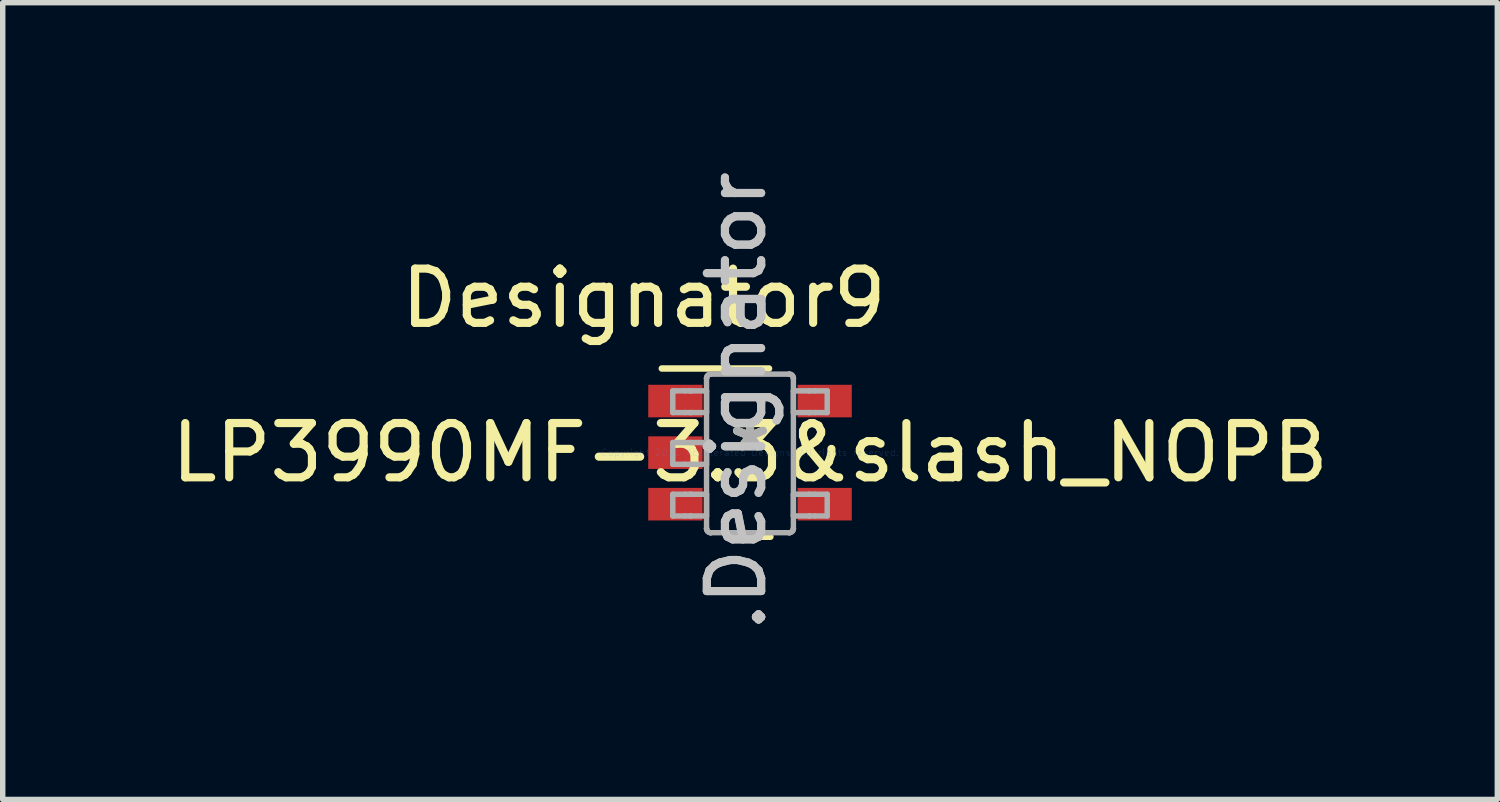
<source format=kicad_pcb>
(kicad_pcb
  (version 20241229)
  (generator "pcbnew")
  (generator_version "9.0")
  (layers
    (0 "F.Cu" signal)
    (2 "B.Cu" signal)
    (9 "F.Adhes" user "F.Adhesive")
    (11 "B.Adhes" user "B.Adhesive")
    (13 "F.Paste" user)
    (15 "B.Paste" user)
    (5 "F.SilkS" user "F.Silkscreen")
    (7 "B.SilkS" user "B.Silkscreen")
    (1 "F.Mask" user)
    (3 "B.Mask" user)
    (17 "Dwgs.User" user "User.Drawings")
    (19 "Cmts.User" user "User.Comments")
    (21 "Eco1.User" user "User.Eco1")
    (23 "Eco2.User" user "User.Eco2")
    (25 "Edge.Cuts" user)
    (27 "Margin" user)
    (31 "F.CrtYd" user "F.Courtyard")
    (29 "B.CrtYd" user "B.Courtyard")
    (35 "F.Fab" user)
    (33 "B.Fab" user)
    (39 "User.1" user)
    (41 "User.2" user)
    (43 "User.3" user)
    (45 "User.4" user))
  (footprint "LP3990MF-3.3&slash_NOPB"
    (layer "F.Cu")
    (at 10.768 5.289)
    (property "Reference" "LP3990MF-3.3&slash_NOPB" (at 0 0 0) (layer "F.SilkS") (effects (font (size 1 1) (thickness 0.15))))
    (attr through_hole)
    (fp_line (start -1.625 -1.55) (end 0.35 -1.55) (stroke (width 0.12) (type solid)) (layer "F.SilkS"))
    (fp_line (start -0.4 1.55) (end 0.375 1.55) (stroke (width 0.12) (type solid)) (layer "F.SilkS"))
    (fp_line (start -1.423 -1.138) (end -1.199 -1.138) (stroke (width 0.1) (type solid)) (layer "F.Fab"))
    (fp_line (start -1.423 -0.738) (end -1.423 -1.138) (stroke (width 0.1) (type solid)) (layer "F.Fab"))
    (fp_line (start -1.423 -0.738) (end -1.199 -0.738) (stroke (width 0.1) (type solid)) (layer "F.Fab"))
    (fp_line (start -1.423 -0.186) (end -1.199 -0.186) (stroke (width 0.1) (type solid)) (layer "F.Fab"))
    (fp_line (start -1.423 0.215) (end -1.423 -0.186) (stroke (width 0.1) (type solid)) (layer "F.Fab"))
    (fp_line (start -1.423 0.215) (end -1.199 0.215) (stroke (width 0.1) (type solid)) (layer "F.Fab"))
    (fp_line (start -1.423 0.767) (end -1.199 0.767) (stroke (width 0.1) (type solid)) (layer "F.Fab"))
    (fp_line (start -1.423 1.167) (end -1.423 0.767) (stroke (width 0.1) (type solid)) (layer "F.Fab"))
    (fp_line (start -1.423 1.167) (end -1.199 1.167) (stroke (width 0.1) (type solid)) (layer "F.Fab"))
    (fp_line (start -1.199 -1.138) (end -1.105 -1.138) (stroke (width 0.1) (type solid)) (layer "F.Fab"))
    (fp_line (start -1.199 -0.738) (end -1.105 -0.738) (stroke (width 0.1) (type solid)) (layer "F.Fab"))
    (fp_line (start -1.199 -0.186) (end -1.105 -0.186) (stroke (width 0.1) (type solid)) (layer "F.Fab"))
    (fp_line (start -1.199 0.215) (end -1.105 0.215) (stroke (width 0.1) (type solid)) (layer "F.Fab"))
    (fp_line (start -1.199 0.767) (end -1.105 0.767) (stroke (width 0.1) (type solid)) (layer "F.Fab"))
    (fp_line (start -1.199 1.167) (end -1.105 1.167) (stroke (width 0.1) (type solid)) (layer "F.Fab"))
    (fp_line (start -1.105 -1.138) (end -1.088 -1.138) (stroke (width 0.1) (type solid)) (layer "F.Fab"))
    (fp_line (start -1.105 -0.738) (end -1.088 -0.738) (stroke (width 0.1) (type solid)) (layer "F.Fab"))
    (fp_line (start -1.105 -0.186) (end -1.088 -0.186) (stroke (width 0.1) (type solid)) (layer "F.Fab"))
    (fp_line (start -1.105 0.215) (end -1.088 0.215) (stroke (width 0.1) (type solid)) (layer "F.Fab"))
    (fp_line (start -1.105 0.767) (end -1.088 0.767) (stroke (width 0.1) (type solid)) (layer "F.Fab"))
    (fp_line (start -1.105 1.167) (end -1.088 1.167) (stroke (width 0.1) (type solid)) (layer "F.Fab"))
    (fp_line (start -1.088 -1.138) (end -0.835 -1.138) (stroke (width 0.1) (type solid)) (layer "F.Fab"))
    (fp_line (start -1.088 -0.738) (end -0.835 -0.738) (stroke (width 0.1) (type solid)) (layer "F.Fab"))
    (fp_line (start -1.088 -0.186) (end -0.835 -0.186) (stroke (width 0.1) (type solid)) (layer "F.Fab"))
    (fp_line (start -1.088 0.215) (end -0.835 0.215) (stroke (width 0.1) (type solid)) (layer "F.Fab"))
    (fp_line (start -1.088 0.767) (end -0.835 0.767) (stroke (width 0.1) (type solid)) (layer "F.Fab"))
    (fp_line (start -1.088 1.167) (end -0.835 1.167) (stroke (width 0.1) (type solid)) (layer "F.Fab"))
    (fp_line (start -0.835 -1.138) (end -0.801 -1.138) (stroke (width 0.1) (type solid)) (layer "F.Fab"))
    (fp_line (start -0.835 -0.738) (end -0.801 -0.738) (stroke (width 0.1) (type solid)) (layer "F.Fab"))
    (fp_line (start -0.835 -0.186) (end -0.801 -0.186) (stroke (width 0.1) (type solid)) (layer "F.Fab"))
    (fp_line (start -0.835 0.215) (end -0.801 0.215) (stroke (width 0.1) (type solid)) (layer "F.Fab"))
    (fp_line (start -0.835 0.767) (end -0.801 0.767) (stroke (width 0.1) (type solid)) (layer "F.Fab"))
    (fp_line (start -0.835 1.167) (end -0.801 1.167) (stroke (width 0.1) (type solid)) (layer "F.Fab"))
    (fp_line (start -0.801 -1.37) (end -0.801 -1.371) (stroke (width 0.1) (type solid)) (layer "F.Fab"))
    (fp_line (start -0.801 -0.738) (end -0.801 -1.138) (stroke (width 0.1) (type solid)) (layer "F.Fab"))
    (fp_line (start -0.801 0.215) (end -0.801 -0.186) (stroke (width 0.1) (type solid)) (layer "F.Fab"))
    (fp_line (start -0.801 1.167) (end -0.801 0.767) (stroke (width 0.1) (type solid)) (layer "F.Fab"))
    (fp_line (start -0.801 1.399) (end -0.801 -1.37) (stroke (width 0.1) (type solid)) (layer "F.Fab"))
    (fp_line (start -0.801 1.4) (end -0.801 1.399) (stroke (width 0.1) (type solid)) (layer "F.Fab"))
    (fp_line (start -0.725 -1.446) (end -0.725 -1.446) (stroke (width 0.1) (type solid)) (layer "F.Fab"))
    (fp_line (start -0.725 1.475) (end -0.725 1.475) (stroke (width 0.1) (type solid)) (layer "F.Fab"))
    (fp_line (start -0.725 -1.446) (end 0.723 -1.446) (stroke (width 0.1) (type solid)) (layer "F.Fab"))
    (fp_line (start -0.725 1.475) (end 0.723 1.475) (stroke (width 0.1) (type solid)) (layer "F.Fab"))
    (fp_line (start 0.723 -1.446) (end 0.724 -1.446) (stroke (width 0.1) (type solid)) (layer "F.Fab"))
    (fp_line (start 0.723 1.475) (end 0.724 1.475) (stroke (width 0.1) (type solid)) (layer "F.Fab"))
    (fp_line (start 0.799 -1.37) (end 0.799 -1.371) (stroke (width 0.1) (type solid)) (layer "F.Fab"))
    (fp_line (start 0.799 -1.138) (end 0.834 -1.138) (stroke (width 0.1) (type solid)) (layer "F.Fab"))
    (fp_line (start 0.799 -0.738) (end 0.799 -1.138) (stroke (width 0.1) (type solid)) (layer "F.Fab"))
    (fp_line (start 0.799 -0.738) (end 0.834 -0.738) (stroke (width 0.1) (type solid)) (layer "F.Fab"))
    (fp_line (start 0.799 0.767) (end 0.834 0.767) (stroke (width 0.1) (type solid)) (layer "F.Fab"))
    (fp_line (start 0.799 1.167) (end 0.799 0.767) (stroke (width 0.1) (type solid)) (layer "F.Fab"))
    (fp_line (start 0.799 1.167) (end 0.834 1.167) (stroke (width 0.1) (type solid)) (layer "F.Fab"))
    (fp_line (start 0.799 1.399) (end 0.799 -1.37) (stroke (width 0.1) (type solid)) (layer "F.Fab"))
    (fp_line (start 0.799 1.4) (end 0.799 1.399) (stroke (width 0.1) (type solid)) (layer "F.Fab"))
    (fp_line (start 0.834 -1.138) (end 1.087 -1.138) (stroke (width 0.1) (type solid)) (layer "F.Fab"))
    (fp_line (start 0.834 -0.738) (end 1.087 -0.738) (stroke (width 0.1) (type solid)) (layer "F.Fab"))
    (fp_line (start 0.834 0.767) (end 1.087 0.767) (stroke (width 0.1) (type solid)) (layer "F.Fab"))
    (fp_line (start 0.834 1.167) (end 1.087 1.167) (stroke (width 0.1) (type solid)) (layer "F.Fab"))
    (fp_line (start 1.087 -1.138) (end 1.103 -1.138) (stroke (width 0.1) (type solid)) (layer "F.Fab"))
    (fp_line (start 1.087 -0.738) (end 1.103 -0.738) (stroke (width 0.1) (type solid)) (layer "F.Fab"))
    (fp_line (start 1.087 0.767) (end 1.103 0.767) (stroke (width 0.1) (type solid)) (layer "F.Fab"))
    (fp_line (start 1.087 1.167) (end 1.103 1.167) (stroke (width 0.1) (type solid)) (layer "F.Fab"))
    (fp_line (start 1.103 -1.138) (end 1.198 -1.138) (stroke (width 0.1) (type solid)) (layer "F.Fab"))
    (fp_line (start 1.103 -0.738) (end 1.198 -0.738) (stroke (width 0.1) (type solid)) (layer "F.Fab"))
    (fp_line (start 1.103 0.767) (end 1.198 0.767) (stroke (width 0.1) (type solid)) (layer "F.Fab"))
    (fp_line (start 1.103 1.167) (end 1.198 1.167) (stroke (width 0.1) (type solid)) (layer "F.Fab"))
    (fp_line (start 1.198 -1.138) (end 1.422 -1.138) (stroke (width 0.1) (type solid)) (layer "F.Fab"))
    (fp_line (start 1.198 -0.738) (end 1.422 -0.738) (stroke (width 0.1) (type solid)) (layer "F.Fab"))
    (fp_line (start 1.198 0.767) (end 1.422 0.767) (stroke (width 0.1) (type solid)) (layer "F.Fab"))
    (fp_line (start 1.198 1.167) (end 1.422 1.167) (stroke (width 0.1) (type solid)) (layer "F.Fab"))
    (fp_line (start 1.422 -0.738) (end 1.422 -1.138) (stroke (width 0.1) (type solid)) (layer "F.Fab"))
    (fp_line (start 1.422 1.167) (end 1.422 0.767) (stroke (width 0.1) (type solid)) (layer "F.Fab"))
    (fp_arc (start -0.80074 -1.370841) (mid -0.778218 -1.423887) (end -0.724999 -1.445998) (stroke (width 0.1) (type solid)) (layer "F.Fab"))
    (fp_arc (start -0.80074 -1.370841) (mid -0.778218 -1.423887) (end -0.724999 -1.445998) (stroke (width 0.1) (type solid)) (layer "F.Fab"))
    (fp_arc (start -0.724999 1.474999) (mid -0.778213 1.452901) (end -0.80074 1.399867) (stroke (width 0.1) (type solid)) (layer "F.Fab"))
    (fp_arc (start -0.724999 1.474999) (mid -0.778213 1.452901) (end -0.80074 1.399867) (stroke (width 0.1) (type solid)) (layer "F.Fab"))
    (fp_arc (start 0.723715 -1.445998) (mid 0.776933 -1.423886) (end 0.799455 -1.37084) (stroke (width 0.1) (type solid)) (layer "F.Fab"))
    (fp_arc (start 0.723715 -1.445998) (mid 0.776933 -1.423886) (end 0.799455 -1.37084) (stroke (width 0.1) (type solid)) (layer "F.Fab"))
    (fp_arc (start 0.799456 1.399868) (mid 0.776928 1.452902) (end 0.723713 1.475) (stroke (width 0.1) (type solid)) (layer "F.Fab"))
    (fp_arc (start 0.799456 1.399868) (mid 0.776928 1.452902) (end 0.723713 1.475) (stroke (width 0.1) (type solid)) (layer "F.Fab"))
    (fp_text user "*" (at 0 0 0) (layer "F.SilkS") (effects (font (size 1 1) (thickness 0.15))))
    (fp_text user "Designator9" (at -1.956 -2.845 0) (layer "F.SilkS") (effects (font (size 1 1) (thickness 0.15))))
    (fp_text user ".Designator" (at -0.25 -0.95 270) (layer "Dwgs.User") (effects (font (size 1 1) (thickness 0.15))))
    (fp_text user "Copyright 2021 Accelerated Designs. All rights reserved." (at 0 0 0) (layer "Cmts.User") (effects (font (size 0.127 0.127) (thickness 0.002))))
    (fp_text user "*" (at 0 0 0) (layer "F.Fab") (effects (font (size 1 1) (thickness 0.15))))
    (fp_text user ".Designator" (at -0.25 -0.95 270) (layer "F.Fab") (effects (font (size 1 1) (thickness 0.15))))
    (pad "1" smd rect (at -1.375 -0.95 90) (size 0.6 1) (layers "F.Cu" "F.Mask" "F.Paste"))
    (pad "2" smd rect (at -1.375 0 90) (size 0.6 1) (layers "F.Cu" "F.Mask" "F.Paste"))
    (pad "3" smd rect (at -1.375 0.95 90) (size 0.6 1) (layers "F.Cu" "F.Mask" "F.Paste"))
    (pad "4" smd rect (at 1.375 0.95 90) (size 0.6 1) (layers "F.Cu" "F.Mask" "F.Paste"))
    (pad "5" smd rect (at 1.375 -0.95 90) (size 0.6 1) (layers "F.Cu" "F.Mask" "F.Paste")))
  (gr_rect
    (start -3 -3)
    (end 24.536 11.679)
    (stroke (width 0.1) (type default))
    (fill no)
    (layer "Edge.Cuts")))
</source>
